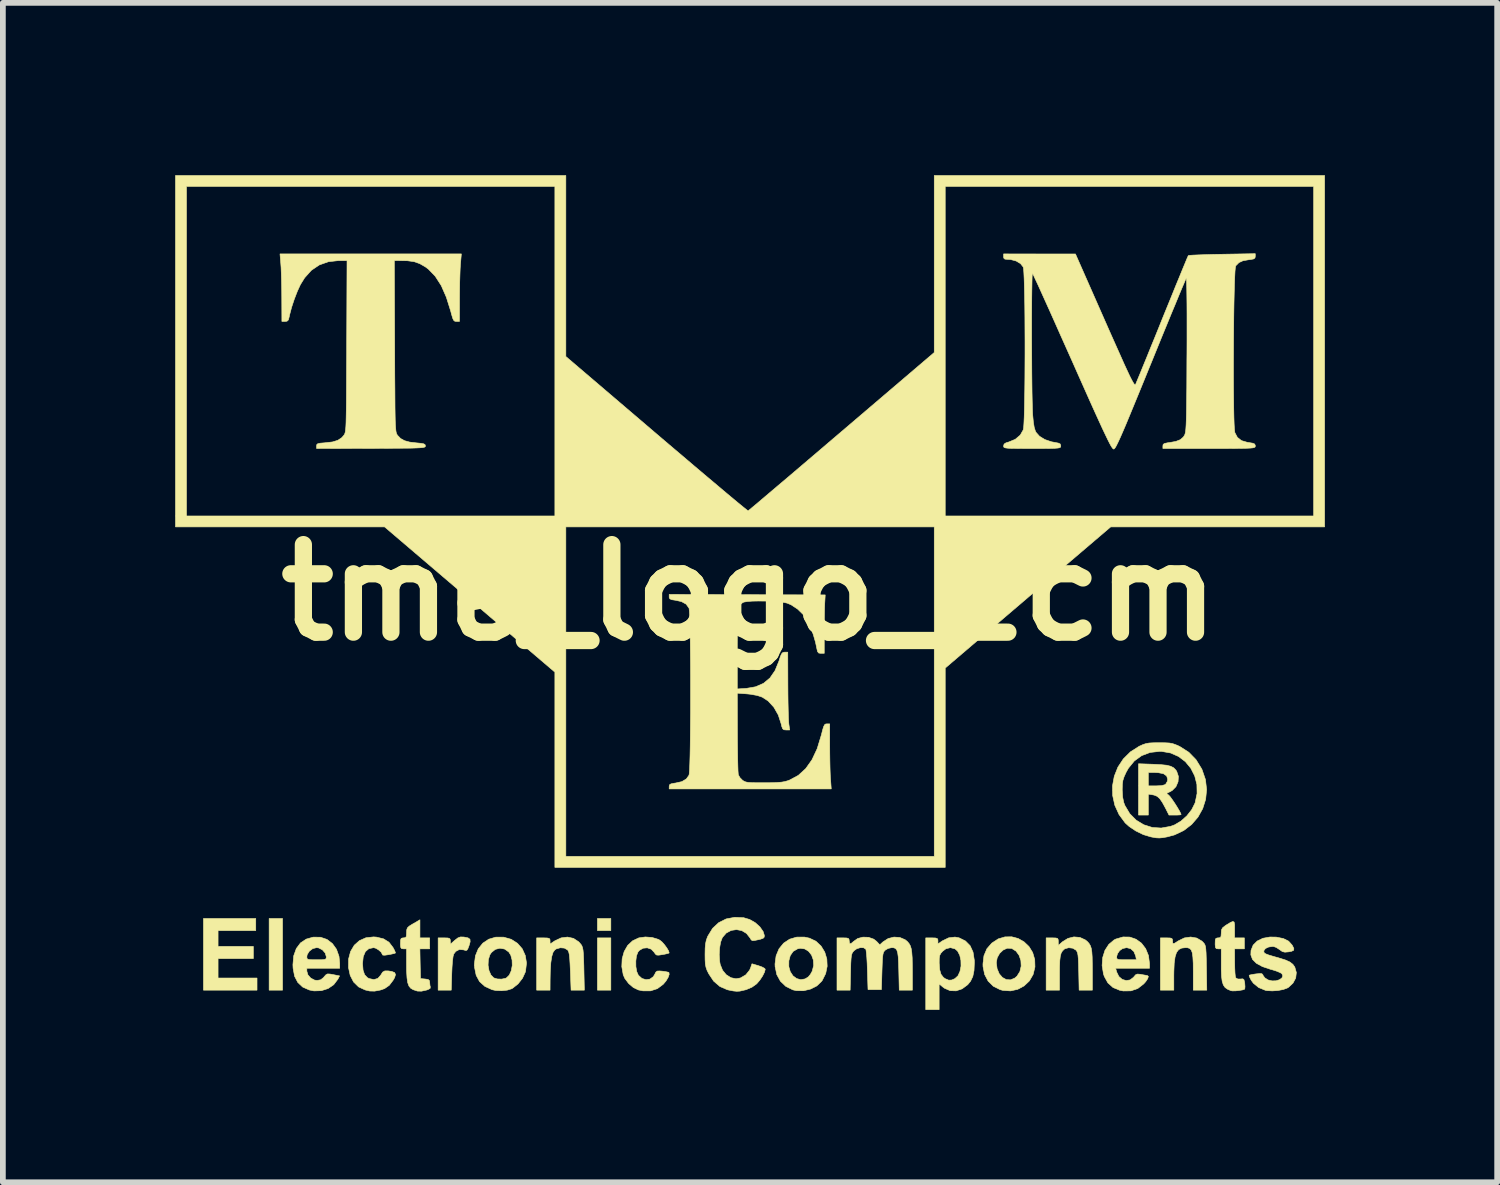
<source format=kicad_pcb>
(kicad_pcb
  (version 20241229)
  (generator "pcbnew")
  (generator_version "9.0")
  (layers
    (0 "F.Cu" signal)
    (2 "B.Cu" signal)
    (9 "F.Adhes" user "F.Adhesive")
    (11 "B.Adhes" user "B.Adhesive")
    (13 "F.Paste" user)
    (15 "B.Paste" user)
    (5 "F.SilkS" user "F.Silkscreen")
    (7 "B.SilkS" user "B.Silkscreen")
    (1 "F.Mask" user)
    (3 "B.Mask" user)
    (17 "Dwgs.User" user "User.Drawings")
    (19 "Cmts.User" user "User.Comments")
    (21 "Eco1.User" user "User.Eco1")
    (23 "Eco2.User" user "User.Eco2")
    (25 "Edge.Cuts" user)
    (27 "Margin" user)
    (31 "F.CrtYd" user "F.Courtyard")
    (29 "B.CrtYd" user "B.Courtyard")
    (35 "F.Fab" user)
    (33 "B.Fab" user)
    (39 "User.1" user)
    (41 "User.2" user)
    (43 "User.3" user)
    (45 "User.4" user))
  (footprint "tme_logo_2cm"
    (layer "F.Cu")
    (at 9.996 7.265)
    (property "Reference" "tme_logo_2cm" (at 0 0 0) (layer "F.SilkS") (effects (font (size 1.524 1.524) (thickness 0.3))))
    (attr through_hole)
    (fp_poly (pts (xy -8.128 6.921) (xy -8.361 6.921) (xy -8.361 5.673) (xy -8.128 5.673) (xy -8.128 6.921)) (stroke (width 0.01) (type solid)) (fill yes) (layer "F.SilkS"))
    (fp_poly (pts (xy -2.413 5.884) (xy -2.646 5.884) (xy -2.646 5.673) (xy -2.413 5.673) (xy -2.413 5.884)) (stroke (width 0.01) (type solid)) (fill yes) (layer "F.SilkS"))
    (fp_poly (pts (xy -2.413 6.921) (xy -2.646 6.921) (xy -2.646 6.011) (xy -2.413 6.011) (xy -2.413 6.921)) (stroke (width 0.01) (type solid)) (fill yes) (layer "F.SilkS"))
    (fp_poly (pts (xy -8.594 5.884) (xy -9.25 5.884) (xy -9.25 6.16) (xy -8.636 6.16) (xy -8.636 6.371) (xy -9.25 6.371) (xy -9.25 6.71) (xy -8.572 6.71) (xy -8.572 6.921) (xy -9.504 6.921) (xy -9.504 5.673) (xy -8.594 5.673) (xy -8.594 5.884)) (stroke (width 0.01) (type solid)) (fill yes) (layer "F.SilkS"))
    (fp_poly (pts (xy -4.976 5.996) (xy -4.968 5.997) (xy -4.899 6.011) (xy -4.865 6.035) (xy -4.862 6.079) (xy -4.88 6.143) (xy -4.902 6.201) (xy -4.92 6.227) (xy -4.946 6.229) (xy -4.974 6.22) (xy -5.049 6.213) (xy -5.112 6.246) (xy -5.147 6.292) (xy -5.159 6.334) (xy -5.169 6.411) (xy -5.177 6.517) (xy -5.182 6.63) (xy -5.191 6.921) (xy -5.419 6.921) (xy -5.419 6.011) (xy -5.313 6.011) (xy -5.25 6.013) (xy -5.219 6.022) (xy -5.208 6.043) (xy -5.207 6.066) (xy -5.207 6.122) (xy -5.13 6.054) (xy -5.076 6.012) (xy -5.031 5.995) (xy -4.976 5.996)) (stroke (width 0.01) (type solid)) (fill yes) (layer "F.SilkS"))
    (fp_poly (pts (xy -3.063 6.02) (xy -2.973 6.079) (xy -2.933 6.124) (xy -2.917 6.149) (xy -2.906 6.18) (xy -2.897 6.223) (xy -2.891 6.285) (xy -2.887 6.373) (xy -2.883 6.494) (xy -2.882 6.552) (xy -2.874 6.921) (xy -3.105 6.921) (xy -3.117 6.592) (xy -3.123 6.461) (xy -3.129 6.366) (xy -3.136 6.301) (xy -3.146 6.257) (xy -3.159 6.23) (xy -3.166 6.221) (xy -3.221 6.189) (xy -3.292 6.183) (xy -3.363 6.203) (xy -3.388 6.22) (xy -3.419 6.263) (xy -3.442 6.337) (xy -3.458 6.445) (xy -3.467 6.591) (xy -3.47 6.736) (xy -3.471 6.921) (xy -3.704 6.921) (xy -3.704 6.011) (xy -3.588 6.011) (xy -3.521 6.013) (xy -3.486 6.02) (xy -3.473 6.038) (xy -3.471 6.065) (xy -3.471 6.118) (xy -3.387 6.062) (xy -3.278 6.011) (xy -3.167 5.997) (xy -3.063 6.02)) (stroke (width 0.01) (type solid)) (fill yes) (layer "F.SilkS"))
    (fp_poly (pts (xy 5.752 6.003) (xy 5.846 6.046) (xy 5.882 6.075) (xy 5.912 6.109) (xy 5.934 6.146) (xy 5.95 6.193) (xy 5.96 6.256) (xy 5.966 6.343) (xy 5.968 6.459) (xy 5.969 6.596) (xy 5.969 6.921) (xy 5.739 6.921) (xy 5.732 6.596) (xy 5.729 6.469) (xy 5.725 6.377) (xy 5.719 6.313) (xy 5.711 6.271) (xy 5.698 6.243) (xy 5.685 6.225) (xy 5.629 6.191) (xy 5.558 6.182) (xy 5.492 6.2) (xy 5.48 6.208) (xy 5.449 6.238) (xy 5.426 6.276) (xy 5.411 6.331) (xy 5.402 6.408) (xy 5.398 6.515) (xy 5.397 6.624) (xy 5.397 6.921) (xy 5.165 6.921) (xy 5.165 6.011) (xy 5.271 6.011) (xy 5.333 6.013) (xy 5.364 6.021) (xy 5.375 6.044) (xy 5.376 6.077) (xy 5.376 6.143) (xy 5.449 6.079) (xy 5.544 6.02) (xy 5.648 5.994) (xy 5.752 6.003)) (stroke (width 0.01) (type solid)) (fill yes) (layer "F.SilkS"))
    (fp_poly (pts (xy 7.786 6.014) (xy 7.877 6.068) (xy 7.896 6.087) (xy 7.915 6.108) (xy 7.928 6.13) (xy 7.938 6.161) (xy 7.944 6.206) (xy 7.949 6.273) (xy 7.952 6.368) (xy 7.954 6.497) (xy 7.955 6.532) (xy 7.961 6.921) (xy 7.726 6.921) (xy 7.726 6.598) (xy 7.725 6.454) (xy 7.719 6.347) (xy 7.709 6.272) (xy 7.691 6.223) (xy 7.665 6.195) (xy 7.627 6.183) (xy 7.592 6.181) (xy 7.524 6.189) (xy 7.472 6.215) (xy 7.434 6.265) (xy 7.409 6.343) (xy 7.394 6.452) (xy 7.388 6.597) (xy 7.387 6.662) (xy 7.387 6.921) (xy 7.154 6.921) (xy 7.154 6.011) (xy 7.26 6.011) (xy 7.323 6.013) (xy 7.354 6.022) (xy 7.365 6.043) (xy 7.366 6.064) (xy 7.368 6.101) (xy 7.378 6.113) (xy 7.407 6.101) (xy 7.461 6.066) (xy 7.462 6.065) (xy 7.57 6.012) (xy 7.681 5.996) (xy 7.786 6.014)) (stroke (width 0.01) (type solid)) (fill yes) (layer "F.SilkS"))
    (fp_poly (pts (xy -5.736 6.011) (xy -5.567 6.011) (xy -5.567 6.202) (xy -5.737 6.202) (xy -5.732 6.461) (xy -5.726 6.72) (xy -5.646 6.727) (xy -5.593 6.735) (xy -5.571 6.755) (xy -5.567 6.783) (xy -5.562 6.837) (xy -5.555 6.865) (xy -5.559 6.891) (xy -5.598 6.912) (xy -5.623 6.92) (xy -5.71 6.939) (xy -5.78 6.937) (xy -5.85 6.914) (xy -5.855 6.912) (xy -5.897 6.887) (xy -5.928 6.848) (xy -5.949 6.79) (xy -5.961 6.707) (xy -5.968 6.593) (xy -5.969 6.474) (xy -5.969 6.202) (xy -6.022 6.202) (xy -6.055 6.198) (xy -6.07 6.178) (xy -6.075 6.132) (xy -6.075 6.107) (xy -6.073 6.048) (xy -6.062 6.02) (xy -6.036 6.012) (xy -6.022 6.011) (xy -5.989 6.007) (xy -5.973 5.986) (xy -5.969 5.938) (xy -5.969 5.921) (xy -5.966 5.871) (xy -5.954 5.837) (xy -5.923 5.807) (xy -5.865 5.771) (xy -5.852 5.764) (xy -5.736 5.696) (xy -5.736 6.011)) (stroke (width 0.01) (type solid)) (fill yes) (layer "F.SilkS"))
    (fp_poly (pts (xy 4.678 6.022) (xy 4.78 6.08) (xy 4.866 6.162) (xy 4.93 6.266) (xy 4.966 6.388) (xy 4.97 6.517) (xy 4.938 6.648) (xy 4.873 6.76) (xy 4.781 6.847) (xy 4.669 6.907) (xy 4.544 6.934) (xy 4.411 6.925) (xy 4.363 6.912) (xy 4.245 6.853) (xy 4.155 6.764) (xy 4.094 6.648) (xy 4.066 6.51) (xy 4.065 6.466) (xy 4.068 6.441) (xy 4.297 6.441) (xy 4.311 6.548) (xy 4.348 6.636) (xy 4.403 6.7) (xy 4.471 6.737) (xy 4.544 6.742) (xy 4.617 6.712) (xy 4.657 6.678) (xy 4.708 6.597) (xy 4.73 6.503) (xy 4.725 6.406) (xy 4.694 6.315) (xy 4.641 6.242) (xy 4.566 6.195) (xy 4.558 6.193) (xy 4.486 6.191) (xy 4.416 6.223) (xy 4.355 6.281) (xy 4.313 6.356) (xy 4.297 6.441) (xy 4.068 6.441) (xy 4.082 6.322) (xy 4.133 6.201) (xy 4.219 6.102) (xy 4.33 6.029) (xy 4.447 5.994) (xy 4.565 5.992) (xy 4.678 6.022)) (stroke (width 0.01) (type solid)) (fill yes) (layer "F.SilkS"))
    (fp_poly (pts (xy 1.045 6.016) (xy 1.158 6.07) (xy 1.247 6.154) (xy 1.311 6.259) (xy 1.347 6.378) (xy 1.353 6.505) (xy 1.327 6.632) (xy 1.267 6.752) (xy 1.255 6.768) (xy 1.173 6.847) (xy 1.064 6.902) (xy 0.943 6.931) (xy 0.82 6.93) (xy 0.756 6.916) (xy 0.633 6.855) (xy 0.539 6.765) (xy 0.476 6.65) (xy 0.447 6.512) (xy 0.685 6.512) (xy 0.711 6.601) (xy 0.758 6.672) (xy 0.821 6.719) (xy 0.893 6.739) (xy 0.969 6.725) (xy 1.024 6.691) (xy 1.061 6.647) (xy 1.093 6.59) (xy 1.093 6.589) (xy 1.118 6.491) (xy 1.112 6.396) (xy 1.082 6.312) (xy 1.03 6.245) (xy 0.962 6.203) (xy 0.883 6.192) (xy 0.837 6.202) (xy 0.761 6.246) (xy 0.71 6.32) (xy 0.686 6.41) (xy 0.685 6.512) (xy 0.447 6.512) (xy 0.447 6.512) (xy 0.445 6.466) (xy 0.464 6.323) (xy 0.515 6.201) (xy 0.595 6.103) (xy 0.699 6.034) (xy 0.821 5.998) (xy 0.957 5.997) (xy 1.045 6.016)) (stroke (width 0.01) (type solid)) (fill yes) (layer "F.SilkS"))
    (fp_poly (pts (xy -4.278 5.999) (xy -4.147 6.036) (xy -4.038 6.106) (xy -3.955 6.201) (xy -3.902 6.318) (xy -3.881 6.448) (xy -3.897 6.587) (xy -3.902 6.607) (xy -3.951 6.714) (xy -4.028 6.812) (xy -4.121 6.886) (xy -4.14 6.897) (xy -4.217 6.921) (xy -4.315 6.931) (xy -4.415 6.927) (xy -4.48 6.913) (xy -4.606 6.855) (xy -4.698 6.772) (xy -4.757 6.663) (xy -4.785 6.526) (xy -4.787 6.486) (xy -4.55 6.486) (xy -4.534 6.579) (xy -4.5 6.657) (xy -4.45 6.708) (xy -4.39 6.726) (xy -4.314 6.729) (xy -4.246 6.715) (xy -4.232 6.709) (xy -4.181 6.66) (xy -4.146 6.583) (xy -4.129 6.491) (xy -4.132 6.397) (xy -4.155 6.311) (xy -4.19 6.256) (xy -4.263 6.205) (xy -4.344 6.191) (xy -4.424 6.211) (xy -4.491 6.265) (xy -4.519 6.307) (xy -4.545 6.391) (xy -4.55 6.486) (xy -4.787 6.486) (xy -4.788 6.466) (xy -4.77 6.323) (xy -4.72 6.201) (xy -4.641 6.103) (xy -4.538 6.034) (xy -4.414 5.998) (xy -4.278 5.999)) (stroke (width 0.01) (type solid)) (fill yes) (layer "F.SilkS"))
    (fp_poly (pts (xy 7.033 2.989) (xy 7.166 2.996) (xy 7.264 3.006) (xy 7.334 3.024) (xy 7.384 3.05) (xy 7.42 3.087) (xy 7.437 3.111) (xy 7.467 3.2) (xy 7.461 3.293) (xy 7.424 3.379) (xy 7.358 3.446) (xy 7.306 3.474) (xy 7.269 3.49) (xy 7.27 3.505) (xy 7.297 3.525) (xy 7.322 3.552) (xy 7.36 3.604) (xy 7.405 3.67) (xy 7.449 3.74) (xy 7.486 3.803) (xy 7.509 3.849) (xy 7.514 3.865) (xy 7.495 3.87) (xy 7.446 3.873) (xy 7.409 3.873) (xy 7.303 3.873) (xy 7.242 3.752) (xy 7.188 3.653) (xy 7.142 3.587) (xy 7.097 3.547) (xy 7.046 3.526) (xy 7.022 3.521) (xy 6.943 3.508) (xy 6.943 3.873) (xy 6.773 3.873) (xy 6.773 3.133) (xy 6.943 3.133) (xy 6.943 3.365) (xy 7.079 3.365) (xy 7.171 3.361) (xy 7.229 3.346) (xy 7.248 3.332) (xy 7.275 3.285) (xy 7.281 3.249) (xy 7.262 3.192) (xy 7.207 3.153) (xy 7.115 3.135) (xy 7.065 3.133) (xy 6.943 3.133) (xy 6.773 3.133) (xy 6.773 2.98) (xy 7.033 2.989)) (stroke (width 0.01) (type solid)) (fill yes) (layer "F.SilkS"))
    (fp_poly (pts (xy 3.649 6.01) (xy 3.76 6.065) (xy 3.841 6.147) (xy 3.892 6.258) (xy 3.914 6.399) (xy 3.915 6.445) (xy 3.909 6.58) (xy 3.888 6.683) (xy 3.849 6.765) (xy 3.8 6.825) (xy 3.702 6.898) (xy 3.598 6.933) (xy 3.494 6.93) (xy 3.396 6.888) (xy 3.366 6.866) (xy 3.302 6.812) (xy 3.302 7.26) (xy 3.069 7.26) (xy 3.069 6.447) (xy 3.303 6.447) (xy 3.303 6.449) (xy 3.311 6.563) (xy 3.334 6.644) (xy 3.377 6.7) (xy 3.41 6.723) (xy 3.468 6.747) (xy 3.519 6.745) (xy 3.576 6.721) (xy 3.63 6.671) (xy 3.665 6.594) (xy 3.683 6.502) (xy 3.681 6.404) (xy 3.661 6.314) (xy 3.623 6.241) (xy 3.578 6.202) (xy 3.498 6.181) (xy 3.419 6.201) (xy 3.364 6.243) (xy 3.331 6.28) (xy 3.312 6.317) (xy 3.304 6.368) (xy 3.303 6.447) (xy 3.069 6.447) (xy 3.069 6.011) (xy 3.175 6.011) (xy 3.238 6.013) (xy 3.269 6.022) (xy 3.28 6.043) (xy 3.281 6.064) (xy 3.281 6.116) (xy 3.357 6.064) (xy 3.468 6.01) (xy 3.578 5.997) (xy 3.649 6.01)) (stroke (width 0.01) (type solid)) (fill yes) (layer "F.SilkS"))
    (fp_poly (pts (xy 8.437 5.736) (xy 8.445 5.779) (xy 8.445 5.86) (xy 8.445 6.011) (xy 8.615 6.011) (xy 8.615 6.202) (xy 8.445 6.202) (xy 8.446 6.44) (xy 8.448 6.538) (xy 8.452 6.623) (xy 8.458 6.683) (xy 8.465 6.707) (xy 8.501 6.727) (xy 8.547 6.727) (xy 8.588 6.724) (xy 8.608 6.739) (xy 8.619 6.782) (xy 8.622 6.804) (xy 8.626 6.861) (xy 8.622 6.899) (xy 8.619 6.904) (xy 8.587 6.916) (xy 8.531 6.926) (xy 8.465 6.933) (xy 8.408 6.934) (xy 8.382 6.93) (xy 8.323 6.905) (xy 8.279 6.874) (xy 8.249 6.83) (xy 8.229 6.767) (xy 8.218 6.679) (xy 8.213 6.56) (xy 8.213 6.461) (xy 8.213 6.202) (xy 8.16 6.202) (xy 8.127 6.198) (xy 8.112 6.178) (xy 8.107 6.132) (xy 8.107 6.107) (xy 8.109 6.048) (xy 8.12 6.02) (xy 8.145 6.012) (xy 8.16 6.011) (xy 8.194 6.007) (xy 8.209 5.985) (xy 8.213 5.934) (xy 8.213 5.927) (xy 8.217 5.872) (xy 8.236 5.836) (xy 8.28 5.801) (xy 8.299 5.788) (xy 8.371 5.744) (xy 8.415 5.725) (xy 8.437 5.736)) (stroke (width 0.01) (type solid)) (fill yes) (layer "F.SilkS"))
    (fp_poly (pts (xy -6.491 5.998) (xy -6.369 6.028) (xy -6.275 6.087) (xy -6.205 6.178) (xy -6.177 6.231) (xy -6.163 6.267) (xy -6.163 6.275) (xy -6.186 6.283) (xy -6.238 6.295) (xy -6.281 6.303) (xy -6.348 6.313) (xy -6.382 6.311) (xy -6.392 6.297) (xy -6.392 6.296) (xy -6.409 6.262) (xy -6.451 6.224) (xy -6.5 6.193) (xy -6.542 6.181) (xy -6.626 6.199) (xy -6.686 6.251) (xy -6.723 6.338) (xy -6.735 6.456) (xy -6.735 6.462) (xy -6.726 6.574) (xy -6.699 6.652) (xy -6.652 6.703) (xy -6.622 6.719) (xy -6.538 6.737) (xy -6.469 6.717) (xy -6.418 6.66) (xy -6.413 6.651) (xy -6.385 6.607) (xy -6.347 6.586) (xy -6.288 6.586) (xy -6.226 6.596) (xy -6.177 6.615) (xy -6.161 6.649) (xy -6.177 6.703) (xy -6.204 6.75) (xy -6.271 6.838) (xy -6.352 6.894) (xy -6.428 6.92) (xy -6.525 6.938) (xy -6.61 6.936) (xy -6.688 6.918) (xy -6.803 6.865) (xy -6.891 6.779) (xy -6.95 6.664) (xy -6.979 6.53) (xy -6.978 6.378) (xy -6.943 6.247) (xy -6.879 6.139) (xy -6.789 6.059) (xy -6.676 6.009) (xy -6.543 5.994) (xy -6.491 5.998)) (stroke (width 0.01) (type solid)) (fill yes) (layer "F.SilkS"))
    (fp_poly (pts (xy -7.466 6) (xy -7.354 6.038) (xy -7.26 6.11) (xy -7.189 6.209) (xy -7.145 6.332) (xy -7.133 6.451) (xy -7.133 6.54) (xy -7.705 6.54) (xy -7.705 6.59) (xy -7.686 6.655) (xy -7.637 6.711) (xy -7.57 6.746) (xy -7.527 6.752) (xy -7.464 6.741) (xy -7.413 6.701) (xy -7.405 6.69) (xy -7.374 6.655) (xy -7.346 6.639) (xy -7.305 6.64) (xy -7.245 6.651) (xy -7.135 6.673) (xy -7.165 6.731) (xy -7.237 6.826) (xy -7.335 6.893) (xy -7.452 6.93) (xy -7.58 6.934) (xy -7.662 6.918) (xy -7.777 6.867) (xy -7.862 6.787) (xy -7.918 6.679) (xy -7.944 6.54) (xy -7.947 6.477) (xy -7.934 6.338) (xy -7.705 6.338) (xy -7.703 6.365) (xy -7.692 6.381) (xy -7.663 6.389) (xy -7.608 6.392) (xy -7.535 6.392) (xy -7.451 6.392) (xy -7.401 6.388) (xy -7.376 6.379) (xy -7.367 6.362) (xy -7.366 6.338) (xy -7.385 6.275) (xy -7.433 6.22) (xy -7.498 6.186) (xy -7.535 6.181) (xy -7.603 6.198) (xy -7.662 6.243) (xy -7.699 6.303) (xy -7.705 6.338) (xy -7.934 6.338) (xy -7.933 6.323) (xy -7.888 6.197) (xy -7.815 6.099) (xy -7.714 6.032) (xy -7.593 5.998) (xy -7.466 6)) (stroke (width 0.01) (type solid)) (fill yes) (layer "F.SilkS"))
    (fp_poly (pts (xy -1.694 6.004) (xy -1.589 6.036) (xy -1.559 6.052) (xy -1.52 6.084) (xy -1.477 6.133) (xy -1.437 6.188) (xy -1.408 6.237) (xy -1.398 6.27) (xy -1.4 6.275) (xy -1.423 6.283) (xy -1.475 6.295) (xy -1.515 6.302) (xy -1.579 6.312) (xy -1.615 6.31) (xy -1.638 6.292) (xy -1.657 6.263) (xy -1.709 6.208) (xy -1.779 6.184) (xy -1.852 6.191) (xy -1.917 6.229) (xy -1.941 6.258) (xy -1.967 6.325) (xy -1.978 6.414) (xy -1.977 6.511) (xy -1.962 6.598) (xy -1.934 6.661) (xy -1.872 6.717) (xy -1.801 6.739) (xy -1.732 6.729) (xy -1.674 6.687) (xy -1.651 6.65) (xy -1.63 6.608) (xy -1.606 6.589) (xy -1.564 6.587) (xy -1.516 6.591) (xy -1.454 6.6) (xy -1.412 6.609) (xy -1.402 6.613) (xy -1.397 6.646) (xy -1.415 6.698) (xy -1.451 6.759) (xy -1.499 6.817) (xy -1.603 6.895) (xy -1.721 6.933) (xy -1.855 6.933) (xy -1.934 6.917) (xy -2.021 6.875) (xy -2.103 6.805) (xy -2.168 6.719) (xy -2.197 6.654) (xy -2.222 6.512) (xy -2.216 6.375) (xy -2.181 6.25) (xy -2.12 6.143) (xy -2.034 6.062) (xy -1.928 6.012) (xy -1.926 6.011) (xy -1.812 5.995) (xy -1.694 6.004)) (stroke (width 0.01) (type solid)) (fill yes) (layer "F.SilkS"))
    (fp_poly (pts (xy 6.622 5.997) (xy 6.73 6.035) (xy 6.824 6.103) (xy 6.897 6.199) (xy 6.946 6.319) (xy 6.964 6.459) (xy 6.964 6.465) (xy 6.964 6.54) (xy 6.374 6.54) (xy 6.394 6.609) (xy 6.431 6.684) (xy 6.489 6.734) (xy 6.558 6.754) (xy 6.626 6.743) (xy 6.685 6.698) (xy 6.69 6.692) (xy 6.722 6.654) (xy 6.754 6.641) (xy 6.805 6.645) (xy 6.823 6.649) (xy 6.881 6.659) (xy 6.921 6.666) (xy 6.927 6.667) (xy 6.944 6.682) (xy 6.933 6.72) (xy 6.898 6.773) (xy 6.863 6.812) (xy 6.76 6.892) (xy 6.641 6.933) (xy 6.508 6.935) (xy 6.445 6.923) (xy 6.329 6.875) (xy 6.239 6.794) (xy 6.177 6.682) (xy 6.162 6.636) (xy 6.139 6.492) (xy 6.149 6.354) (xy 6.154 6.338) (xy 6.392 6.338) (xy 6.394 6.365) (xy 6.405 6.381) (xy 6.433 6.389) (xy 6.487 6.392) (xy 6.564 6.392) (xy 6.736 6.392) (xy 6.723 6.324) (xy 6.691 6.248) (xy 6.635 6.199) (xy 6.566 6.181) (xy 6.494 6.197) (xy 6.444 6.233) (xy 6.408 6.284) (xy 6.392 6.336) (xy 6.392 6.338) (xy 6.154 6.338) (xy 6.188 6.229) (xy 6.255 6.125) (xy 6.346 6.048) (xy 6.379 6.031) (xy 6.503 5.995) (xy 6.622 5.997)) (stroke (width 0.01) (type solid)) (fill yes) (layer "F.SilkS"))
    (fp_poly (pts (xy -3.196 -4.109) (xy -1.618 -2.762) (xy -1.395 -2.572) (xy -1.181 -2.391) (xy -0.979 -2.219) (xy -0.79 -2.059) (xy -0.616 -1.913) (xy -0.461 -1.782) (xy -0.325 -1.668) (xy -0.212 -1.574) (xy -0.123 -1.501) (xy -0.061 -1.451) (xy -0.028 -1.425) (xy -0.023 -1.422) (xy -0.005 -1.437) (xy 0.043 -1.477) (xy 0.119 -1.54) (xy 0.22 -1.626) (xy 0.345 -1.732) (xy 0.491 -1.856) (xy 0.657 -1.996) (xy 0.839 -2.151) (xy 1.036 -2.319) (xy 1.245 -2.497) (xy 1.465 -2.685) (xy 1.605 -2.804) (xy 3.217 -4.179) (xy 3.217 -7.07) (xy 3.408 -7.07) (xy 3.408 -1.333) (xy 9.821 -1.333) (xy 9.821 -7.07) (xy 3.408 -7.07) (xy 3.217 -7.07) (xy 3.217 -7.26) (xy 10.012 -7.26) (xy 10.012 -1.143) (xy 6.288 -1.143) (xy 4.848 0.085) (xy 3.408 1.314) (xy 3.408 4.784) (xy -3.387 4.784) (xy -3.387 1.385) (xy -4.006 0.857) (xy -4.152 0.732) (xy -4.323 0.586) (xy -4.514 0.423) (xy -4.717 0.25) (xy -4.927 0.072) (xy -5.135 -0.106) (xy -5.337 -0.278) (xy -5.488 -0.407) (xy -6.351 -1.143) (xy -3.196 -1.143) (xy -3.196 4.593) (xy 3.217 4.593) (xy 3.217 -1.143) (xy -3.196 -1.143) (xy -6.351 -1.143) (xy -9.991 -1.143) (xy -9.991 -7.07) (xy -9.8 -7.07) (xy -9.8 -1.333) (xy -3.387 -1.333) (xy -3.387 -7.07) (xy -9.8 -7.07) (xy -9.991 -7.07) (xy -9.991 -7.26) (xy -3.196 -7.26) (xy -3.196 -4.109)) (stroke (width 0.01) (type solid)) (fill yes) (layer "F.SilkS"))
    (fp_poly (pts (xy -0.1 5.66) (xy 0.003 5.691) (xy 0.1 5.746) (xy 0.181 5.819) (xy 0.238 5.9) (xy 0.259 5.967) (xy 0.257 5.998) (xy 0.239 6.017) (xy 0.193 6.034) (xy 0.153 6.043) (xy 0.088 6.057) (xy 0.051 6.059) (xy 0.03 6.045) (xy 0.012 6.014) (xy -0.051 5.934) (xy -0.132 5.885) (xy -0.225 5.867) (xy -0.318 5.881) (xy -0.403 5.926) (xy -0.47 6.003) (xy -0.473 6.008) (xy -0.502 6.085) (xy -0.52 6.189) (xy -0.526 6.304) (xy -0.519 6.417) (xy -0.509 6.474) (xy -0.468 6.575) (xy -0.404 6.653) (xy -0.323 6.704) (xy -0.235 6.723) (xy -0.157 6.709) (xy -0.063 6.654) (xy 0.003 6.572) (xy 0.021 6.53) (xy 0.044 6.462) (xy 0.159 6.496) (xy 0.222 6.519) (xy 0.264 6.542) (xy 0.275 6.557) (xy 0.262 6.607) (xy 0.228 6.675) (xy 0.181 6.746) (xy 0.128 6.808) (xy 0.124 6.812) (xy 0.044 6.869) (xy -0.059 6.913) (xy -0.167 6.938) (xy -0.221 6.941) (xy -0.281 6.935) (xy -0.357 6.92) (xy -0.387 6.913) (xy -0.515 6.857) (xy -0.623 6.764) (xy -0.709 6.635) (xy -0.709 6.635) (xy -0.739 6.574) (xy -0.757 6.521) (xy -0.768 6.464) (xy -0.772 6.389) (xy -0.773 6.299) (xy -0.771 6.191) (xy -0.764 6.113) (xy -0.751 6.051) (xy -0.73 5.993) (xy -0.724 5.98) (xy -0.642 5.846) (xy -0.535 5.746) (xy -0.405 5.681) (xy -0.256 5.653) (xy -0.1 5.66)) (stroke (width 0.01) (type solid)) (fill yes) (layer "F.SilkS"))
    (fp_poly (pts (xy 2.618 6.004) (xy 2.71 6.043) (xy 2.748 6.074) (xy 2.778 6.109) (xy 2.8 6.148) (xy 2.816 6.199) (xy 2.826 6.267) (xy 2.833 6.36) (xy 2.835 6.483) (xy 2.836 6.609) (xy 2.836 6.921) (xy 2.608 6.921) (xy 2.6 6.586) (xy 2.596 6.445) (xy 2.59 6.341) (xy 2.58 6.268) (xy 2.564 6.221) (xy 2.541 6.194) (xy 2.509 6.183) (xy 2.476 6.181) (xy 2.416 6.194) (xy 2.368 6.221) (xy 2.349 6.239) (xy 2.335 6.26) (xy 2.325 6.293) (xy 2.318 6.343) (xy 2.313 6.419) (xy 2.309 6.527) (xy 2.307 6.586) (xy 2.297 6.911) (xy 2.064 6.911) (xy 2.053 6.572) (xy 2.049 6.455) (xy 2.043 6.353) (xy 2.036 6.272) (xy 2.029 6.22) (xy 2.025 6.207) (xy 1.987 6.183) (xy 1.93 6.181) (xy 1.868 6.2) (xy 1.819 6.235) (xy 1.799 6.259) (xy 1.785 6.284) (xy 1.775 6.32) (xy 1.769 6.373) (xy 1.764 6.452) (xy 1.761 6.562) (xy 1.76 6.606) (xy 1.753 6.921) (xy 1.524 6.921) (xy 1.524 6.011) (xy 1.63 6.011) (xy 1.693 6.013) (xy 1.724 6.022) (xy 1.735 6.043) (xy 1.736 6.064) (xy 1.743 6.107) (xy 1.766 6.112) (xy 1.807 6.078) (xy 1.81 6.075) (xy 1.884 6.022) (xy 1.976 5.998) (xy 2.073 6.001) (xy 2.163 6.033) (xy 2.213 6.072) (xy 2.269 6.132) (xy 2.323 6.082) (xy 2.414 6.023) (xy 2.516 5.997) (xy 2.618 6.004)) (stroke (width 0.01) (type solid)) (fill yes) (layer "F.SilkS"))
    (fp_poly (pts (xy 9.172 5.998) (xy 9.295 6.023) (xy 9.385 6.068) (xy 9.447 6.137) (xy 9.448 6.139) (xy 9.476 6.194) (xy 9.474 6.226) (xy 9.438 6.244) (xy 9.387 6.254) (xy 9.321 6.26) (xy 9.276 6.249) (xy 9.229 6.216) (xy 9.226 6.214) (xy 9.172 6.178) (xy 9.12 6.16) (xy 9.112 6.16) (xy 9.038 6.17) (xy 8.982 6.196) (xy 8.955 6.233) (xy 8.954 6.242) (xy 8.956 6.261) (xy 8.967 6.277) (xy 8.994 6.292) (xy 9.042 6.31) (xy 9.119 6.333) (xy 9.218 6.361) (xy 9.33 6.396) (xy 9.407 6.431) (xy 9.459 6.471) (xy 9.493 6.519) (xy 9.52 6.614) (xy 9.509 6.71) (xy 9.462 6.798) (xy 9.383 6.872) (xy 9.364 6.883) (xy 9.295 6.909) (xy 9.202 6.927) (xy 9.101 6.934) (xy 9.01 6.929) (xy 8.982 6.924) (xy 8.865 6.876) (xy 8.773 6.801) (xy 8.734 6.748) (xy 8.709 6.699) (xy 8.699 6.666) (xy 8.7 6.661) (xy 8.725 6.654) (xy 8.778 6.644) (xy 8.82 6.638) (xy 8.885 6.632) (xy 8.92 6.635) (xy 8.937 6.653) (xy 8.943 6.669) (xy 8.972 6.707) (xy 9.022 6.74) (xy 9.03 6.744) (xy 9.098 6.76) (xy 9.166 6.758) (xy 9.225 6.74) (xy 9.267 6.711) (xy 9.285 6.675) (xy 9.269 6.636) (xy 9.265 6.631) (xy 9.232 6.613) (xy 9.17 6.588) (xy 9.091 6.563) (xy 9.073 6.559) (xy 8.928 6.51) (xy 8.824 6.453) (xy 8.757 6.386) (xy 8.728 6.307) (xy 8.731 6.229) (xy 8.768 6.137) (xy 8.839 6.066) (xy 8.938 6.018) (xy 9.06 5.996) (xy 9.172 5.998)) (stroke (width 0.01) (type solid)) (fill yes) (layer "F.SilkS"))
    (fp_poly (pts (xy 7.237 2.615) (xy 7.31 2.619) (xy 7.368 2.63) (xy 7.422 2.649) (xy 7.487 2.678) (xy 7.496 2.683) (xy 7.648 2.78) (xy 7.773 2.908) (xy 7.872 3.069) (xy 7.879 3.084) (xy 7.938 3.256) (xy 7.958 3.43) (xy 7.941 3.6) (xy 7.89 3.761) (xy 7.808 3.908) (xy 7.697 4.037) (xy 7.56 4.142) (xy 7.4 4.218) (xy 7.271 4.253) (xy 7.191 4.267) (xy 7.133 4.272) (xy 7.079 4.269) (xy 7.01 4.257) (xy 6.985 4.252) (xy 6.858 4.214) (xy 6.728 4.151) (xy 6.61 4.072) (xy 6.541 4.01) (xy 6.433 3.863) (xy 6.36 3.702) (xy 6.323 3.534) (xy 6.321 3.431) (xy 6.489 3.431) (xy 6.489 3.439) (xy 6.496 3.559) (xy 6.515 3.653) (xy 6.535 3.706) (xy 6.62 3.849) (xy 6.732 3.962) (xy 6.864 4.042) (xy 7.012 4.089) (xy 7.168 4.099) (xy 7.329 4.07) (xy 7.403 4.043) (xy 7.512 3.978) (xy 7.615 3.886) (xy 7.7 3.777) (xy 7.756 3.665) (xy 7.758 3.66) (xy 7.792 3.498) (xy 7.789 3.341) (xy 7.751 3.192) (xy 7.683 3.058) (xy 7.588 2.943) (xy 7.469 2.853) (xy 7.33 2.792) (xy 7.174 2.765) (xy 7.144 2.764) (xy 6.975 2.783) (xy 6.827 2.839) (xy 6.7 2.931) (xy 6.597 3.057) (xy 6.557 3.128) (xy 6.521 3.207) (xy 6.5 3.272) (xy 6.491 3.34) (xy 6.489 3.431) (xy 6.321 3.431) (xy 6.32 3.364) (xy 6.351 3.197) (xy 6.414 3.039) (xy 6.508 2.896) (xy 6.632 2.773) (xy 6.784 2.676) (xy 6.846 2.648) (xy 6.899 2.63) (xy 6.958 2.619) (xy 7.033 2.615) (xy 7.133 2.614) (xy 7.237 2.615)) (stroke (width 0.01) (type solid)) (fill yes) (layer "F.SilkS"))
    (fp_poly (pts (xy -5.031 -5.715) (xy -5.036 -5.634) (xy -5.04 -5.522) (xy -5.044 -5.389) (xy -5.046 -5.247) (xy -5.047 -5.128) (xy -5.048 -4.72) (xy -5.101 -4.72) (xy -5.128 -4.723) (xy -5.148 -4.739) (xy -5.165 -4.774) (xy -5.184 -4.837) (xy -5.2 -4.898) (xy -5.276 -5.141) (xy -5.365 -5.344) (xy -5.47 -5.507) (xy -5.589 -5.63) (xy -5.638 -5.667) (xy -5.738 -5.725) (xy -5.837 -5.76) (xy -5.952 -5.776) (xy -6.038 -5.778) (xy -6.182 -5.779) (xy -6.176 -4.288) (xy -6.175 -4.001) (xy -6.174 -3.753) (xy -6.172 -3.541) (xy -6.171 -3.363) (xy -6.17 -3.215) (xy -6.168 -3.094) (xy -6.166 -2.997) (xy -6.163 -2.922) (xy -6.159 -2.864) (xy -6.155 -2.822) (xy -6.15 -2.791) (xy -6.144 -2.77) (xy -6.137 -2.754) (xy -6.129 -2.742) (xy -6.126 -2.737) (xy -6.073 -2.682) (xy -6.005 -2.644) (xy -5.913 -2.619) (xy -5.801 -2.606) (xy -5.719 -2.598) (xy -5.67 -2.589) (xy -5.647 -2.575) (xy -5.641 -2.555) (xy -5.641 -2.553) (xy -5.642 -2.543) (xy -5.649 -2.535) (xy -5.664 -2.529) (xy -5.692 -2.524) (xy -5.736 -2.52) (xy -5.799 -2.517) (xy -5.886 -2.514) (xy -6 -2.513) (xy -6.144 -2.512) (xy -6.323 -2.511) (xy -6.54 -2.51) (xy -6.588 -2.51) (xy -7.535 -2.508) (xy -7.535 -2.553) (xy -7.531 -2.577) (xy -7.514 -2.591) (xy -7.473 -2.6) (xy -7.402 -2.606) (xy -7.381 -2.608) (xy -7.258 -2.622) (xy -7.167 -2.65) (xy -7.099 -2.694) (xy -7.061 -2.737) (xy -7.052 -2.75) (xy -7.045 -2.764) (xy -7.039 -2.782) (xy -7.033 -2.809) (xy -7.029 -2.847) (xy -7.025 -2.898) (xy -7.022 -2.967) (xy -7.02 -3.055) (xy -7.018 -3.167) (xy -7.016 -3.305) (xy -7.015 -3.471) (xy -7.014 -3.67) (xy -7.013 -3.904) (xy -7.011 -4.176) (xy -7.011 -4.288) (xy -7.005 -5.779) (xy -7.153 -5.779) (xy -7.33 -5.759) (xy -7.488 -5.703) (xy -7.627 -5.609) (xy -7.744 -5.478) (xy -7.817 -5.36) (xy -7.87 -5.245) (xy -7.923 -5.108) (xy -7.97 -4.966) (xy -8.004 -4.837) (xy -8.012 -4.799) (xy -8.026 -4.746) (xy -8.05 -4.724) (xy -8.083 -4.72) (xy -8.139 -4.72) (xy -8.141 -5.14) (xy -8.142 -5.282) (xy -8.145 -5.423) (xy -8.149 -5.551) (xy -8.153 -5.657) (xy -8.158 -5.727) (xy -8.172 -5.895) (xy -5.015 -5.895) (xy -5.031 -5.715)) (stroke (width 0.01) (type solid)) (fill yes) (layer "F.SilkS"))
    (fp_poly (pts (xy -0.039 0.037) (xy 1.319 0.041) (xy 1.31 0.195) (xy 1.307 0.271) (xy 1.305 0.377) (xy 1.303 0.502) (xy 1.302 0.635) (xy 1.302 0.704) (xy 1.302 1.058) (xy 1.245 1.058) (xy 1.206 1.053) (xy 1.185 1.027) (xy 1.174 0.979) (xy 1.15 0.865) (xy 1.114 0.74) (xy 1.072 0.619) (xy 1.03 0.519) (xy 1.02 0.501) (xy 0.941 0.388) (xy 0.839 0.288) (xy 0.725 0.213) (xy 0.656 0.184) (xy 0.592 0.17) (xy 0.501 0.16) (xy 0.391 0.152) (xy 0.273 0.148) (xy 0.156 0.147) (xy 0.049 0.149) (xy -0.039 0.156) (xy -0.097 0.166) (xy -0.109 0.171) (xy -0.136 0.188) (xy -0.158 0.212) (xy -0.175 0.245) (xy -0.188 0.293) (xy -0.197 0.359) (xy -0.204 0.449) (xy -0.208 0.566) (xy -0.211 0.714) (xy -0.212 0.899) (xy -0.212 1.008) (xy -0.212 1.678) (xy -0.054 1.668) (xy 0.108 1.64) (xy 0.245 1.58) (xy 0.357 1.487) (xy 0.446 1.358) (xy 0.513 1.194) (xy 0.514 1.191) (xy 0.539 1.112) (xy 0.56 1.066) (xy 0.581 1.044) (xy 0.608 1.038) (xy 0.614 1.037) (xy 0.667 1.037) (xy 0.669 1.614) (xy 0.67 1.772) (xy 0.672 1.921) (xy 0.675 2.054) (xy 0.678 2.165) (xy 0.682 2.247) (xy 0.686 2.291) (xy 0.701 2.392) (xy 0.638 2.392) (xy 0.6 2.388) (xy 0.578 2.371) (xy 0.562 2.329) (xy 0.552 2.285) (xy 0.502 2.131) (xy 0.425 1.996) (xy 0.326 1.888) (xy 0.224 1.821) (xy 0.135 1.791) (xy 0.018 1.77) (xy -0.039 1.764) (xy -0.212 1.751) (xy -0.21 2.436) (xy -0.209 2.605) (xy -0.207 2.761) (xy -0.205 2.901) (xy -0.202 3.017) (xy -0.199 3.105) (xy -0.195 3.159) (xy -0.193 3.173) (xy -0.166 3.221) (xy -0.121 3.267) (xy -0.12 3.268) (xy -0.093 3.285) (xy -0.063 3.297) (xy -0.022 3.305) (xy 0.039 3.309) (xy 0.126 3.311) (xy 0.247 3.311) (xy 0.261 3.311) (xy 0.391 3.31) (xy 0.487 3.306) (xy 0.56 3.3) (xy 0.617 3.29) (xy 0.669 3.275) (xy 0.703 3.262) (xy 0.851 3.182) (xy 0.98 3.064) (xy 1.089 2.91) (xy 1.179 2.718) (xy 1.249 2.488) (xy 1.251 2.482) (xy 1.274 2.39) (xy 1.292 2.333) (xy 1.308 2.301) (xy 1.327 2.288) (xy 1.347 2.286) (xy 1.397 2.286) (xy 1.397 2.664) (xy 1.398 2.803) (xy 1.4 2.943) (xy 1.403 3.073) (xy 1.407 3.18) (xy 1.41 3.23) (xy 1.424 3.418) (xy -1.397 3.418) (xy -1.397 3.374) (xy -1.391 3.346) (xy -1.365 3.33) (xy -1.311 3.319) (xy -1.288 3.316) (xy -1.176 3.291) (xy -1.098 3.244) (xy -1.052 3.179) (xy -1.047 3.146) (xy -1.042 3.075) (xy -1.038 2.97) (xy -1.034 2.836) (xy -1.031 2.677) (xy -1.029 2.498) (xy -1.027 2.303) (xy -1.025 2.095) (xy -1.025 1.88) (xy -1.025 1.662) (xy -1.025 1.446) (xy -1.026 1.235) (xy -1.028 1.033) (xy -1.03 0.847) (xy -1.033 0.679) (xy -1.036 0.533) (xy -1.04 0.416) (xy -1.045 0.33) (xy -1.05 0.28) (xy -1.052 0.271) (xy -1.102 0.202) (xy -1.183 0.157) (xy -1.288 0.134) (xy -1.353 0.124) (xy -1.386 0.109) (xy -1.397 0.086) (xy -1.397 0.076) (xy -1.397 0.032) (xy -0.039 0.037)) (stroke (width 0.01) (type solid)) (fill yes) (layer "F.SilkS"))
    (fp_poly (pts (xy 8.805 -5.852) (xy 8.8 -5.825) (xy 8.778 -5.808) (xy 8.728 -5.798) (xy 8.692 -5.794) (xy 8.591 -5.776) (xy 8.521 -5.744) (xy 8.47 -5.693) (xy 8.465 -5.685) (xy 8.458 -5.655) (xy 8.452 -5.587) (xy 8.447 -5.485) (xy 8.442 -5.354) (xy 8.438 -5.197) (xy 8.434 -5.02) (xy 8.431 -4.826) (xy 8.429 -4.621) (xy 8.427 -4.407) (xy 8.426 -4.19) (xy 8.425 -3.974) (xy 8.425 -3.763) (xy 8.426 -3.562) (xy 8.428 -3.374) (xy 8.43 -3.205) (xy 8.433 -3.058) (xy 8.437 -2.937) (xy 8.442 -2.848) (xy 8.448 -2.794) (xy 8.45 -2.784) (xy 8.494 -2.701) (xy 8.565 -2.645) (xy 8.667 -2.615) (xy 8.695 -2.611) (xy 8.76 -2.6) (xy 8.794 -2.586) (xy 8.805 -2.563) (xy 8.805 -2.553) (xy 8.805 -2.542) (xy 8.8 -2.532) (xy 8.787 -2.525) (xy 8.763 -2.519) (xy 8.723 -2.515) (xy 8.663 -2.512) (xy 8.579 -2.51) (xy 8.467 -2.509) (xy 8.323 -2.508) (xy 8.144 -2.508) (xy 8.001 -2.508) (xy 7.197 -2.508) (xy 7.197 -2.553) (xy 7.202 -2.58) (xy 7.227 -2.596) (xy 7.279 -2.607) (xy 7.312 -2.611) (xy 7.423 -2.631) (xy 7.5 -2.661) (xy 7.553 -2.707) (xy 7.574 -2.74) (xy 7.581 -2.756) (xy 7.587 -2.779) (xy 7.593 -2.811) (xy 7.597 -2.857) (xy 7.601 -2.918) (xy 7.604 -2.998) (xy 7.607 -3.101) (xy 7.609 -3.229) (xy 7.611 -3.386) (xy 7.613 -3.574) (xy 7.614 -3.798) (xy 7.615 -4.06) (xy 7.616 -4.149) (xy 7.617 -4.404) (xy 7.617 -4.638) (xy 7.617 -4.849) (xy 7.616 -5.034) (xy 7.614 -5.19) (xy 7.612 -5.314) (xy 7.61 -5.405) (xy 7.606 -5.458) (xy 7.603 -5.472) (xy 7.592 -5.449) (xy 7.567 -5.39) (xy 7.528 -5.299) (xy 7.477 -5.177) (xy 7.416 -5.028) (xy 7.344 -4.856) (xy 7.265 -4.663) (xy 7.178 -4.452) (xy 7.086 -4.226) (xy 6.99 -3.99) (xy 6.983 -3.974) (xy 6.869 -3.694) (xy 6.77 -3.452) (xy 6.684 -3.243) (xy 6.611 -3.066) (xy 6.55 -2.919) (xy 6.498 -2.798) (xy 6.456 -2.702) (xy 6.422 -2.628) (xy 6.395 -2.573) (xy 6.375 -2.535) (xy 6.359 -2.512) (xy 6.347 -2.5) (xy 6.34 -2.498) (xy 6.33 -2.503) (xy 6.316 -2.519) (xy 6.296 -2.549) (xy 6.271 -2.595) (xy 6.239 -2.658) (xy 6.198 -2.743) (xy 6.147 -2.85) (xy 6.086 -2.983) (xy 6.013 -3.143) (xy 5.927 -3.334) (xy 5.828 -3.556) (xy 5.713 -3.814) (xy 5.62 -4.024) (xy 5.513 -4.263) (xy 5.411 -4.491) (xy 5.316 -4.705) (xy 5.228 -4.902) (xy 5.148 -5.079) (xy 5.079 -5.232) (xy 5.021 -5.36) (xy 4.975 -5.458) (xy 4.944 -5.525) (xy 4.928 -5.557) (xy 4.927 -5.559) (xy 4.923 -5.541) (xy 4.92 -5.485) (xy 4.918 -5.396) (xy 4.916 -5.277) (xy 4.914 -5.135) (xy 4.913 -4.972) (xy 4.912 -4.793) (xy 4.912 -4.604) (xy 4.912 -4.408) (xy 4.913 -4.21) (xy 4.914 -4.014) (xy 4.915 -3.824) (xy 4.917 -3.646) (xy 4.919 -3.484) (xy 4.922 -3.342) (xy 4.925 -3.224) (xy 4.928 -3.135) (xy 4.93 -3.097) (xy 4.942 -2.969) (xy 4.957 -2.876) (xy 4.977 -2.812) (xy 4.988 -2.79) (xy 5.049 -2.721) (xy 5.141 -2.664) (xy 5.255 -2.625) (xy 5.313 -2.614) (xy 5.377 -2.602) (xy 5.409 -2.587) (xy 5.418 -2.561) (xy 5.419 -2.554) (xy 5.418 -2.539) (xy 5.412 -2.528) (xy 5.395 -2.52) (xy 5.363 -2.515) (xy 5.311 -2.511) (xy 5.234 -2.509) (xy 5.126 -2.508) (xy 4.983 -2.508) (xy 4.921 -2.508) (xy 4.764 -2.508) (xy 4.644 -2.509) (xy 4.556 -2.51) (xy 4.495 -2.513) (xy 4.457 -2.518) (xy 4.435 -2.525) (xy 4.426 -2.535) (xy 4.424 -2.548) (xy 4.424 -2.553) (xy 4.433 -2.585) (xy 4.467 -2.607) (xy 4.517 -2.622) (xy 4.628 -2.668) (xy 4.714 -2.741) (xy 4.766 -2.832) (xy 4.773 -2.87) (xy 4.778 -2.947) (xy 4.783 -3.056) (xy 4.787 -3.194) (xy 4.79 -3.356) (xy 4.793 -3.538) (xy 4.795 -3.735) (xy 4.796 -3.943) (xy 4.797 -4.157) (xy 4.797 -4.374) (xy 4.796 -4.587) (xy 4.795 -4.794) (xy 4.793 -4.989) (xy 4.79 -5.168) (xy 4.786 -5.326) (xy 4.782 -5.46) (xy 4.777 -5.564) (xy 4.772 -5.635) (xy 4.766 -5.666) (xy 4.719 -5.726) (xy 4.642 -5.772) (xy 4.547 -5.797) (xy 4.497 -5.8) (xy 4.447 -5.804) (xy 4.427 -5.822) (xy 4.424 -5.847) (xy 4.424 -5.895) (xy 5.049 -5.894) (xy 5.675 -5.894) (xy 6.186 -4.735) (xy 6.293 -4.493) (xy 6.385 -4.287) (xy 6.462 -4.115) (xy 6.525 -3.973) (xy 6.578 -3.859) (xy 6.619 -3.771) (xy 6.652 -3.706) (xy 6.677 -3.661) (xy 6.695 -3.633) (xy 6.707 -3.619) (xy 6.716 -3.618) (xy 6.722 -3.624) (xy 6.734 -3.653) (xy 6.76 -3.716) (xy 6.8 -3.812) (xy 6.85 -3.935) (xy 6.911 -4.083) (xy 6.979 -4.252) (xy 7.055 -4.437) (xy 7.135 -4.635) (xy 7.186 -4.763) (xy 7.269 -4.966) (xy 7.347 -5.157) (xy 7.418 -5.333) (xy 7.483 -5.49) (xy 7.538 -5.625) (xy 7.583 -5.733) (xy 7.615 -5.811) (xy 7.635 -5.856) (xy 7.64 -5.866) (xy 7.663 -5.87) (xy 7.723 -5.874) (xy 7.815 -5.878) (xy 7.932 -5.882) (xy 8.069 -5.886) (xy 8.221 -5.889) (xy 8.229 -5.889) (xy 8.805 -5.899) (xy 8.805 -5.852)) (stroke (width 0.01) (type solid)) (fill yes) (layer "F.SilkS")))
  (gr_rect
    (start -3 -3)
    (end 23.012 17.53)
    (stroke (width 0.1) (type default))
    (fill no)
    (layer "Edge.Cuts")))
</source>
